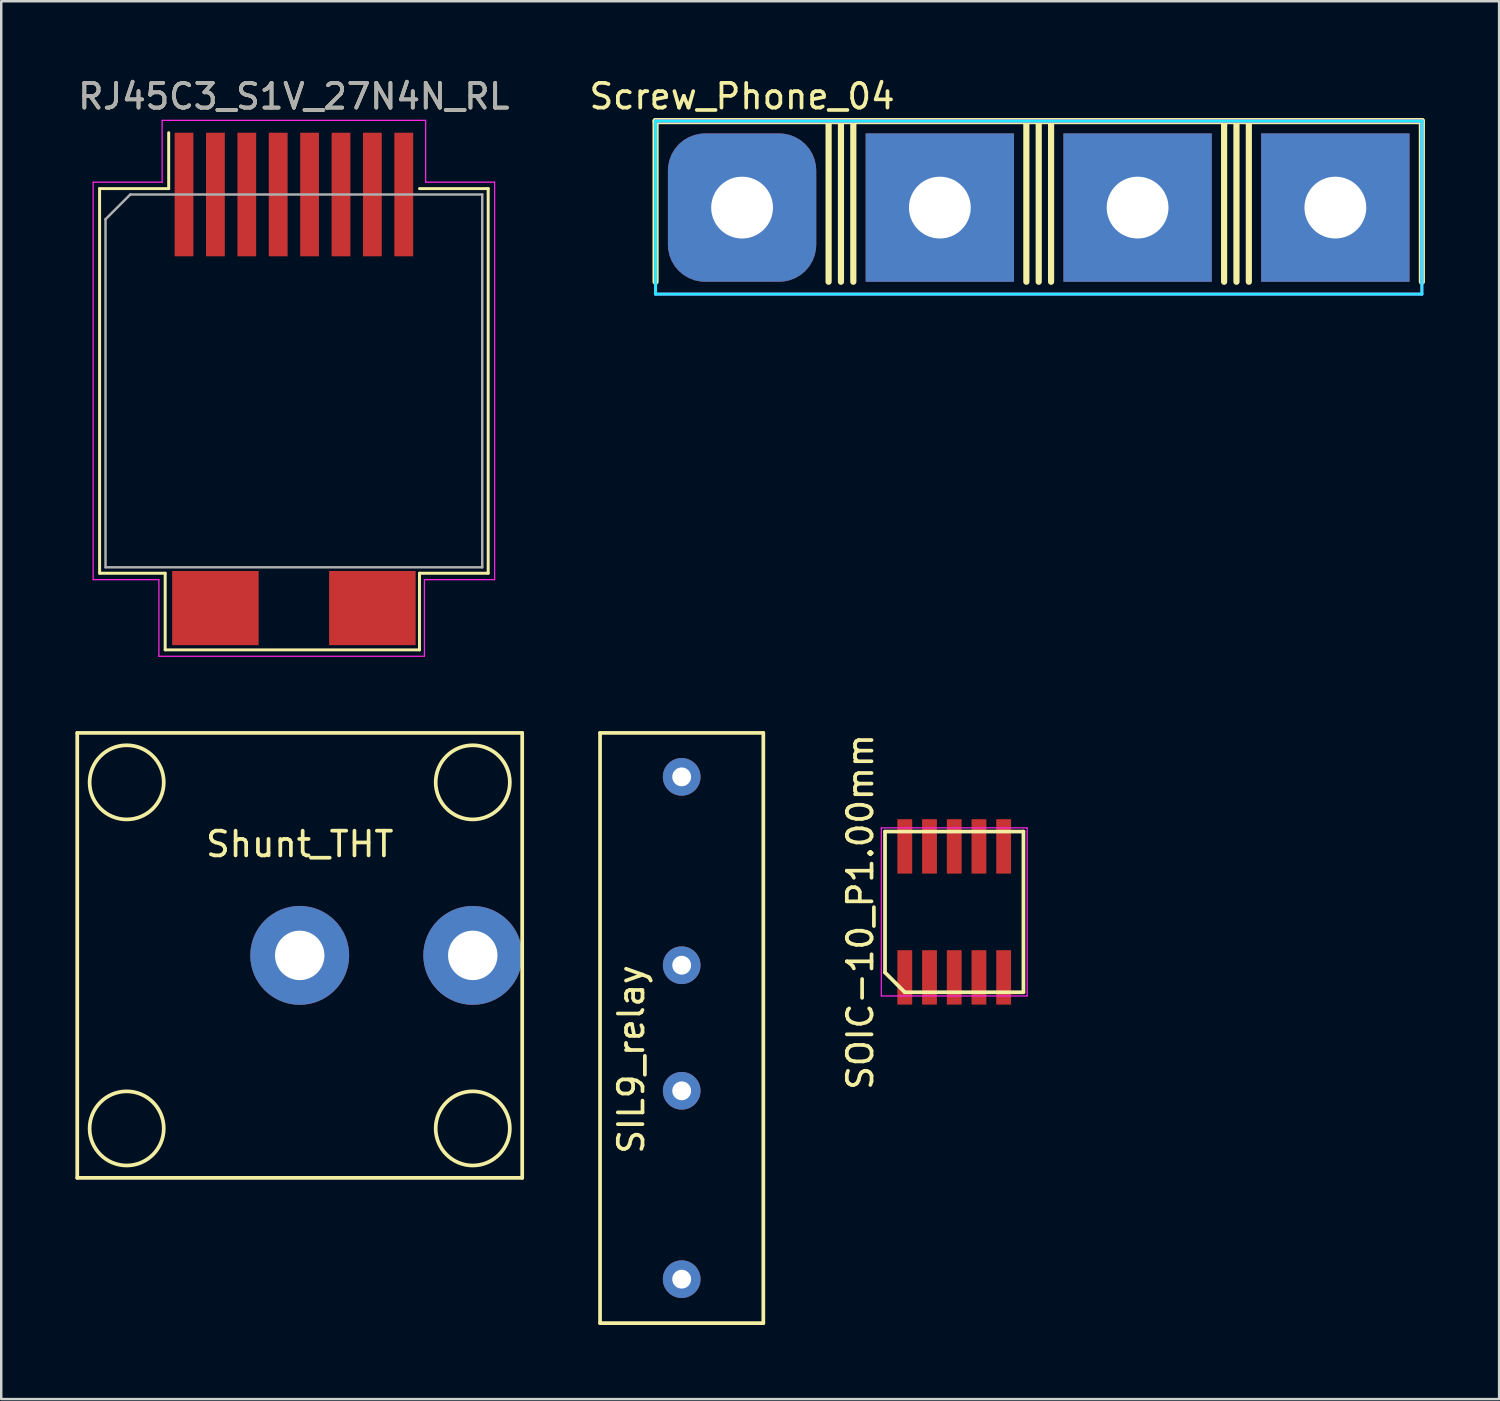
<source format=kicad_pcb>
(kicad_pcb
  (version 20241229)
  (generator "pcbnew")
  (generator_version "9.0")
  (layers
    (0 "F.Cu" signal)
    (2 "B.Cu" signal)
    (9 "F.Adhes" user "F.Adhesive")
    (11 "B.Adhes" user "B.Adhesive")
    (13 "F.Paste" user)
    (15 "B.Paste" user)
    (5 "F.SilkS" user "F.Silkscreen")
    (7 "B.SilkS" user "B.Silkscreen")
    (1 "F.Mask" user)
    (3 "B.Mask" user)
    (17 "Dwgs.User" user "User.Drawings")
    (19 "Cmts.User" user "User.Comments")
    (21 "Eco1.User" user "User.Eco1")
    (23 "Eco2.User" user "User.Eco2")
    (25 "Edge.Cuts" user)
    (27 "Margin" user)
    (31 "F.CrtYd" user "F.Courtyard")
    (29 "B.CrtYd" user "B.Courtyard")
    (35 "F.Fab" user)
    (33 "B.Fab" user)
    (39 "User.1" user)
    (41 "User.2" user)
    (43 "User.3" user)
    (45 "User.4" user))
  (footprint "SOIC-10_P1.00mm"
    (layer "F.Cu")
    (at 35.552 33.84)
    (property "Reference" "SOIC-10_P1.00mm" (at -3.8 0 90) (layer "F.SilkS") (effects (font (size 1 1) (thickness 0.15))))
    (attr smd)
    (fp_line (start -2.8 -3.25) (end 2.8 -3.25) (stroke (width 0.15) (type solid)) (layer "F.SilkS"))
    (fp_line (start -2.8 2.45) (end -2.8 -3.25) (stroke (width 0.15) (type solid)) (layer "F.SilkS"))
    (fp_line (start -2 3.25) (end -2.8 2.45) (stroke (width 0.15) (type solid)) (layer "F.SilkS"))
    (fp_line (start 2.8 -3.25) (end 2.8 3.25) (stroke (width 0.15) (type solid)) (layer "F.SilkS"))
    (fp_line (start 2.8 3.25) (end -2 3.25) (stroke (width 0.15) (type solid)) (layer "F.SilkS"))
    (fp_line (start -2.95 -3.4) (end 2.95 -3.4) (stroke (width 0.05) (type solid)) (layer "F.CrtYd"))
    (fp_line (start -2.95 3.4) (end -2.95 -3.4) (stroke (width 0.05) (type solid)) (layer "F.CrtYd"))
    (fp_line (start 2.95 -3.4) (end 2.95 3.4) (stroke (width 0.05) (type solid)) (layer "F.CrtYd"))
    (fp_line (start 2.95 3.4) (end -2.95 3.4) (stroke (width 0.05) (type solid)) (layer "F.CrtYd"))
    (pad "1" smd rect (at -2 2.65) (size 0.6 2.2) (layers "F.Cu" "F.Mask" "F.Paste"))
    (pad "2" smd rect (at -1 2.65) (size 0.6 2.2) (layers "F.Cu" "F.Mask" "F.Paste"))
    (pad "3" smd rect (at 0 2.65) (size 0.6 2.2) (layers "F.Cu" "F.Mask" "F.Paste"))
    (pad "4" smd rect (at 1 2.65) (size 0.6 2.2) (layers "F.Cu" "F.Mask" "F.Paste"))
    (pad "5" smd rect (at 2 2.65) (size 0.6 2.2) (layers "F.Cu" "F.Mask" "F.Paste"))
    (pad "6" smd rect (at 2 -2.65) (size 0.6 2.2) (layers "F.Cu" "F.Mask" "F.Paste"))
    (pad "7" smd rect (at 1 -2.65) (size 0.6 2.2) (layers "F.Cu" "F.Mask" "F.Paste"))
    (pad "8" smd rect (at 0 -2.65) (size 0.6 2.2) (layers "F.Cu" "F.Mask" "F.Paste"))
    (pad "9" smd rect (at -1 -2.65) (size 0.6 2.2) (layers "F.Cu" "F.Mask" "F.Paste"))
    (pad "10" smd rect (at -2 -2.65) (size 0.6 2.2) (layers "F.Cu" "F.Mask" "F.Paste")))
  (footprint "SIL9_relay"
    (layer "F.Cu")
    (at 24.527 38.537)
    (property "Reference" "SIL9_relay" (at -2.04 1.27 90) (layer "F.SilkS") (effects (font (size 1 1) (thickness 0.15))))
    (attr through_hole)
    (fp_line (start -3.302 -11.938) (end 3.302 -11.938) (stroke (width 0.15) (type solid)) (layer "F.SilkS"))
    (fp_line (start -3.302 11.938) (end -3.302 -11.938) (stroke (width 0.15) (type solid)) (layer "F.SilkS"))
    (fp_line (start 3.302 -11.938) (end 3.302 11.938) (stroke (width 0.15) (type solid)) (layer "F.SilkS"))
    (fp_line (start 3.302 11.938) (end -3.302 11.938) (stroke (width 0.15) (type solid)) (layer "F.SilkS"))
    (pad "1" thru_hole circle (at 0 10.16 90) (size 1.524 1.524) (drill 0.762) (layers "*.Cu" "*.Mask"))
    (pad "4" thru_hole circle (at 0 2.54 90) (size 1.524 1.524) (drill 0.762) (layers "*.Cu" "*.Mask"))
    (pad "6" thru_hole circle (at 0 -2.54 90) (size 1.524 1.524) (drill 0.762) (layers "*.Cu" "*.Mask"))
    (pad "9" thru_hole circle (at 0 -10.16 90) (size 1.524 1.524) (drill 0.762) (layers "*.Cu" "*.Mask")))
  (footprint "Screw_Phone_04"
    (layer "F.Cu")
    (at 26.97 5.348)
    (property "Reference" "Screw_Phone_04" (at 0 -4.5 0) (layer "F.SilkS") (effects (font (size 1 1) (thickness 0.15))))
    (attr through_hole)
    (fp_line (start -3.5 -3.5) (end 27.5 -3.5) (stroke (width 0.25) (type solid)) (layer "F.SilkS"))
    (fp_line (start -3.5 3) (end -3.5 -3.5) (stroke (width 0.25) (type solid)) (layer "F.SilkS"))
    (fp_line (start 3.5 3) (end 3.5 -3.5) (stroke (width 0.25) (type solid)) (layer "F.SilkS"))
    (fp_line (start 4 3) (end 4 -3.5) (stroke (width 0.25) (type solid)) (layer "F.SilkS"))
    (fp_line (start 4.5 3) (end 4.5 -3.5) (stroke (width 0.25) (type solid)) (layer "F.SilkS"))
    (fp_line (start 11.5 3) (end 11.5 -3.5) (stroke (width 0.25) (type solid)) (layer "F.SilkS"))
    (fp_line (start 12 3) (end 12 -3.5) (stroke (width 0.25) (type solid)) (layer "F.SilkS"))
    (fp_line (start 12.5 3) (end 12.5 -3.5) (stroke (width 0.25) (type solid)) (layer "F.SilkS"))
    (fp_line (start 19.5 3) (end 19.5 -3.5) (stroke (width 0.25) (type solid)) (layer "F.SilkS"))
    (fp_line (start 20 3) (end 20 -3.5) (stroke (width 0.25) (type solid)) (layer "F.SilkS"))
    (fp_line (start 20.5 3) (end 20.5 -3.5) (stroke (width 0.25) (type solid)) (layer "F.SilkS"))
    (fp_line (start 27.5 -3.5) (end 27.5 3) (stroke (width 0.25) (type solid)) (layer "F.SilkS"))
    (fp_line (start -3.5 -3.5) (end 27.5 -3.5) (stroke (width 0.12) (type solid)) (layer "B.CrtYd"))
    (fp_line (start -3.5 3.5) (end -3.5 -3.5) (stroke (width 0.12) (type solid)) (layer "B.CrtYd"))
    (fp_line (start 27.5 -3.5) (end 27.5 3.5) (stroke (width 0.12) (type solid)) (layer "B.CrtYd"))
    (fp_line (start 27.5 3.5) (end -3.5 3.5) (stroke (width 0.12) (type solid)) (layer "B.CrtYd"))
    (fp_line (start -3.5 -3.5) (end 27.5 -3.5) (stroke (width 0.12) (type solid)) (layer "F.CrtYd"))
    (fp_line (start -3.5 3.5) (end -3.5 -3.5) (stroke (width 0.12) (type solid)) (layer "F.CrtYd"))
    (fp_line (start 27.5 -3.5) (end 27.5 3.5) (stroke (width 0.12) (type solid)) (layer "F.CrtYd"))
    (fp_line (start 27.5 3.5) (end -3.5 3.5) (stroke (width 0.12) (type solid)) (layer "F.CrtYd"))
    (pad "1" thru_hole roundrect (at 0 0) (size 6 6) (drill 2.5) (layers "*.Cu" "*.Mask") (roundrect_rratio 0.25))
    (pad "2" thru_hole rect (at 8 0) (size 6 6) (drill 2.5) (layers "*.Cu" "*.Mask"))
    (pad "3" thru_hole rect (at 16 0) (size 6 6) (drill 2.5) (layers "*.Cu" "*.Mask"))
    (pad "4" thru_hole rect (at 24 0) (size 6 6) (drill 2.5) (layers "*.Cu" "*.Mask")))
  (footprint "Shunt_THT"
    (layer "F.Cu")
    (at 9.075 35.599)
    (property "Reference" "Shunt_THT" (at 0 -4.5 0) (layer "F.SilkS") (effects (font (size 1 1) (thickness 0.15))))
    (attr through_hole)
    (fp_line (start -9 -9) (end 9 -9) (stroke (width 0.15) (type solid)) (layer "F.SilkS"))
    (fp_line (start -9 9) (end -9 -9) (stroke (width 0.15) (type solid)) (layer "F.SilkS"))
    (fp_line (start 9 -9) (end 9 9) (stroke (width 0.15) (type solid)) (layer "F.SilkS"))
    (fp_line (start 9 9) (end -9 9) (stroke (width 0.15) (type solid)) (layer "F.SilkS"))
    (fp_circle (center -7 -7) (end -5.5 -7) (stroke (width 0.15) (type solid)) (fill no) (layer "F.SilkS"))
    (fp_circle (center -7 7) (end -5.5 7) (stroke (width 0.15) (type solid)) (fill no) (layer "F.SilkS"))
    (fp_circle (center 7 -7) (end 8.5 -7) (stroke (width 0.15) (type solid)) (fill no) (layer "F.SilkS"))
    (fp_circle (center 7 7) (end 8.5 7) (stroke (width 0.15) (type solid)) (fill no) (layer "F.SilkS"))
    (pad "1" thru_hole circle (at 0 0) (size 4 4) (drill 2) (layers "*.Cu" "*.Mask"))
    (pad "2" thru_hole circle (at 7 0) (size 4 4) (drill 2) (layers "*.Cu" "*.Mask")))
  (footprint "RJ45C3_S1V_27N4N_RL"
    (layer "F.Cu")
    (at 8.839 12.659)
    (property "Reference" "RJ45C3_S1V_27N4N_RL" (at 0 -11.811 0) (layer "F.SilkS") (effects (font (size 1 1) (thickness 0.15))))
    (attr through_hole)
    (fp_line (start -7.86 -8.08) (end -7.86 7.48) (stroke (width 0.12) (type solid)) (layer "F.SilkS"))
    (fp_line (start -7.86 -8.08) (end -5.065 -8.08) (stroke (width 0.12) (type solid)) (layer "F.SilkS"))
    (fp_line (start -7.86 7.48) (end -5.207 7.48) (stroke (width 0.12) (type solid)) (layer "F.SilkS"))
    (fp_line (start -5.207 7.48) (end -5.207 10.58) (stroke (width 0.12) (type solid)) (layer "F.SilkS"))
    (fp_line (start -5.207 10.58) (end 5.08 10.58) (stroke (width 0.12) (type solid)) (layer "F.SilkS"))
    (fp_line (start -5.065 -8.08) (end -5.065 -10.34) (stroke (width 0.12) (type solid)) (layer "F.SilkS"))
    (fp_line (start 5.08 7.48) (end 7.86 7.48) (stroke (width 0.12) (type solid)) (layer "F.SilkS"))
    (fp_line (start 5.08 10.58) (end 5.08 7.48) (stroke (width 0.12) (type solid)) (layer "F.SilkS"))
    (fp_line (start 7.86 -8.08) (end 5.08 -8.08) (stroke (width 0.12) (type solid)) (layer "F.SilkS"))
    (fp_line (start 7.86 7.48) (end 7.86 -8.08) (stroke (width 0.12) (type solid)) (layer "F.SilkS"))
    (fp_line (start -8.12 -8.34) (end -5.33 -8.34) (stroke (width 0.05) (type solid)) (layer "F.CrtYd"))
    (fp_line (start -8.12 7.74) (end -8.12 -8.34) (stroke (width 0.05) (type solid)) (layer "F.CrtYd"))
    (fp_line (start -8.12 7.74) (end -5.461 7.74) (stroke (width 0.05) (type solid)) (layer "F.CrtYd"))
    (fp_line (start -5.461 7.74) (end -5.461 10.84) (stroke (width 0.05) (type solid)) (layer "F.CrtYd"))
    (fp_line (start -5.461 10.84) (end 5.281 10.84) (stroke (width 0.05) (type solid)) (layer "F.CrtYd"))
    (fp_line (start -5.33 -10.84) (end 5.33 -10.84) (stroke (width 0.05) (type solid)) (layer "F.CrtYd"))
    (fp_line (start -5.33 -8.34) (end -5.33 -10.84) (stroke (width 0.05) (type solid)) (layer "F.CrtYd"))
    (fp_line (start 5.281 7.74) (end 5.281 10.84) (stroke (width 0.05) (type solid)) (layer "F.CrtYd"))
    (fp_line (start 5.281 7.74) (end 8.12 7.74) (stroke (width 0.05) (type solid)) (layer "F.CrtYd"))
    (fp_line (start 5.33 -10.84) (end 5.33 -8.34) (stroke (width 0.05) (type solid)) (layer "F.CrtYd"))
    (fp_line (start 5.33 -8.34) (end 8.12 -8.34) (stroke (width 0.05) (type solid)) (layer "F.CrtYd"))
    (fp_line (start 8.12 7.74) (end 8.12 -8.34) (stroke (width 0.05) (type solid)) (layer "F.CrtYd"))
    (fp_line (start -7.62 -6.84) (end -6.62 -7.84) (stroke (width 0.1) (type solid)) (layer "F.Fab"))
    (fp_line (start -7.62 7.24) (end -7.62 -6.84) (stroke (width 0.1) (type solid)) (layer "F.Fab"))
    (fp_line (start -6.62 -7.84) (end 7.62 -7.84) (stroke (width 0.1) (type solid)) (layer "F.Fab"))
    (fp_line (start 7.62 7.24) (end -7.62 7.24) (stroke (width 0.1) (type solid)) (layer "F.Fab"))
    (fp_line (start 7.62 7.24) (end 7.62 -7.84) (stroke (width 0.1) (type solid)) (layer "F.Fab"))
    (fp_text user "${REFERENCE}" (at 0 -11.811 0) (layer "F.Fab") (effects (font (size 1 1) (thickness 0.15))))
    (pad "1" smd rect (at -4.445 -7.84 180) (size 0.76 5) (layers "F.Cu" "F.Mask" "F.Paste"))
    (pad "2" smd rect (at -3.175 -7.84 180) (size 0.76 5) (layers "F.Cu" "F.Mask" "F.Paste"))
    (pad "3" smd rect (at -1.905 -7.84 180) (size 0.76 5) (layers "F.Cu" "F.Mask" "F.Paste"))
    (pad "4" smd rect (at -0.635 -7.84 180) (size 0.76 5) (layers "F.Cu" "F.Mask" "F.Paste"))
    (pad "5" smd rect (at 0.635 -7.84 180) (size 0.76 5) (layers "F.Cu" "F.Mask" "F.Paste"))
    (pad "6" smd rect (at 1.905 -7.84 180) (size 0.76 5) (layers "F.Cu" "F.Mask" "F.Paste"))
    (pad "7" smd rect (at 3.175 -7.84 180) (size 0.76 5) (layers "F.Cu" "F.Mask" "F.Paste"))
    (pad "8" smd rect (at 4.445 -7.84 180) (size 0.76 5) (layers "F.Cu" "F.Mask" "F.Paste"))
    (pad "SH" smd rect (at -3.175 8.89 180) (size 3.5 3) (layers "F.Cu" "F.Mask" "F.Paste"))
    (pad "SH" smd rect (at 3.175 8.89 180) (size 3.5 3) (layers "F.Cu" "F.Mask" "F.Paste")))
  (gr_rect
    (start -3 -3)
    (end 57.595 53.55)
    (stroke (width 0.1) (type default))
    (fill no)
    (layer "Edge.Cuts")))
</source>
